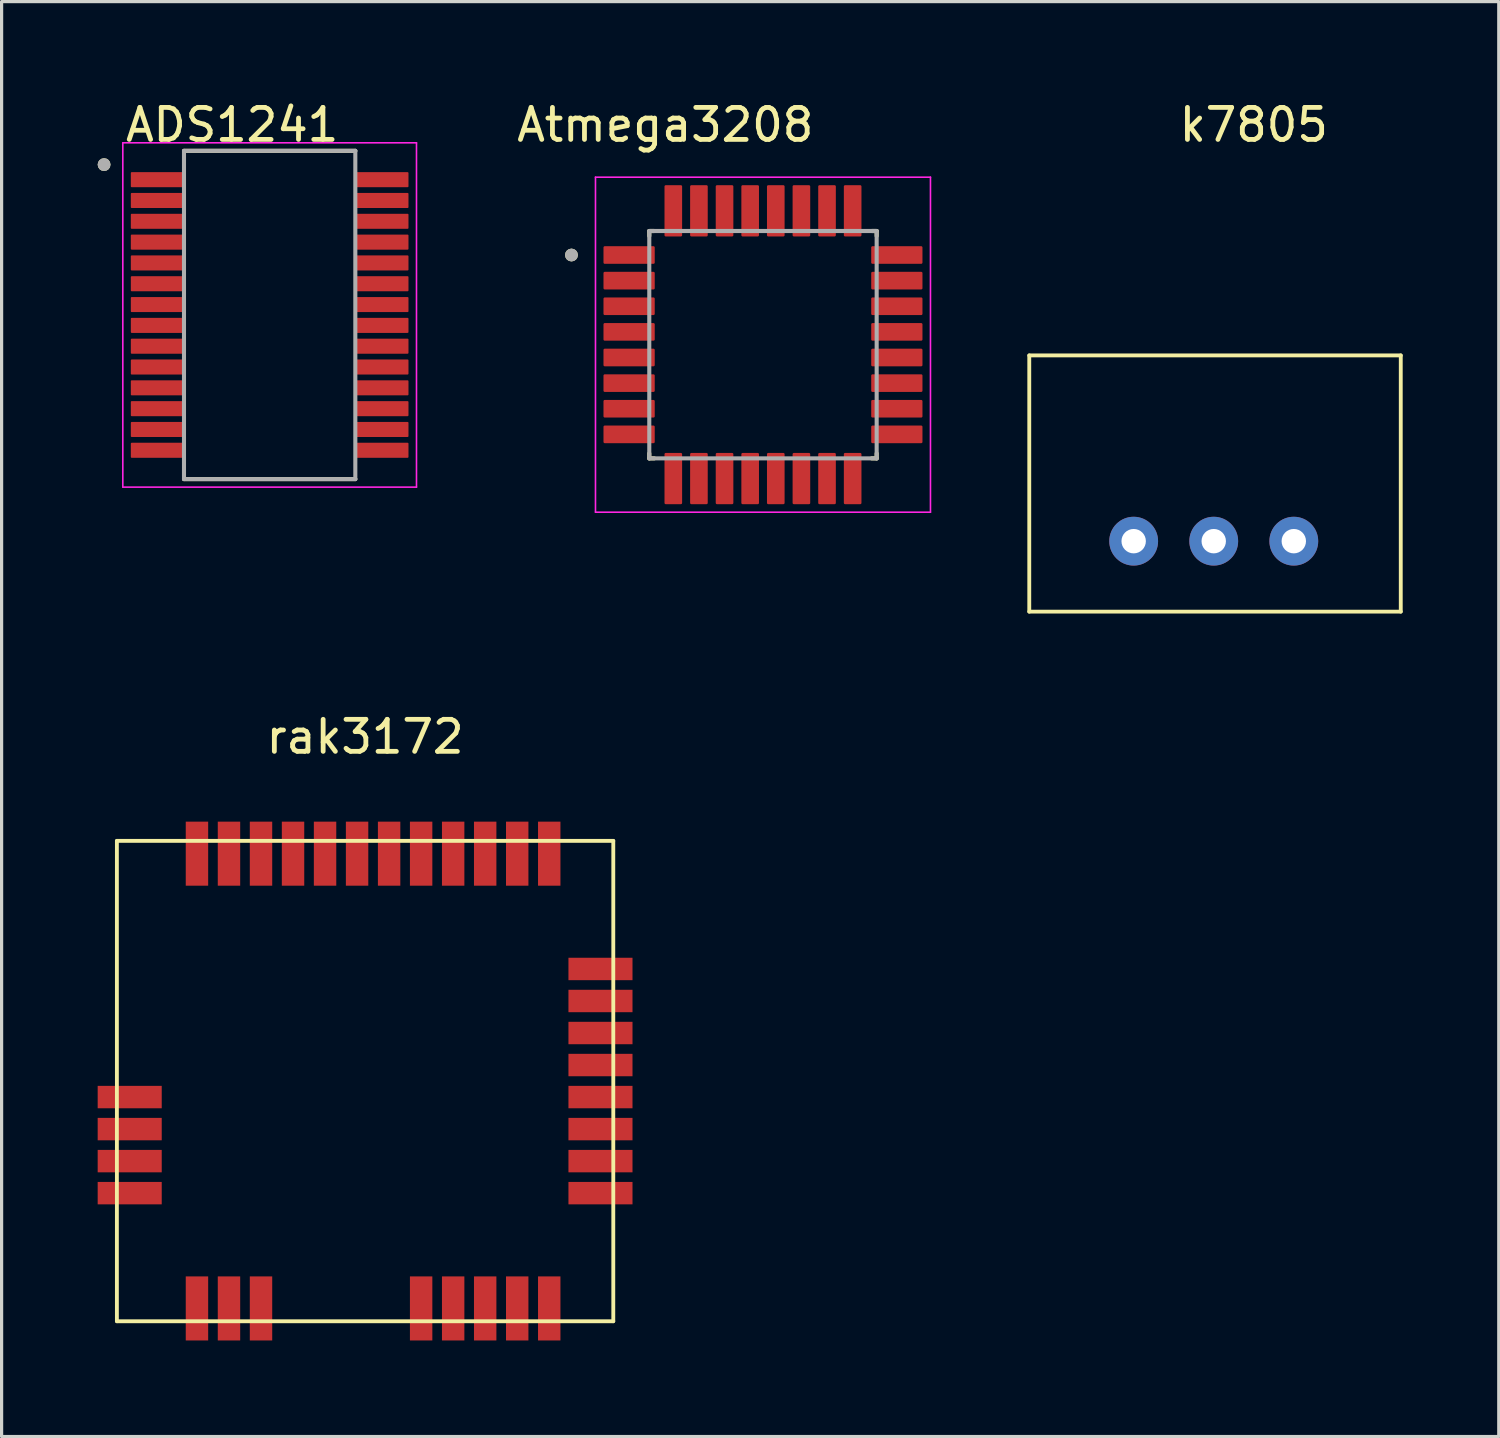
<source format=kicad_pcb>
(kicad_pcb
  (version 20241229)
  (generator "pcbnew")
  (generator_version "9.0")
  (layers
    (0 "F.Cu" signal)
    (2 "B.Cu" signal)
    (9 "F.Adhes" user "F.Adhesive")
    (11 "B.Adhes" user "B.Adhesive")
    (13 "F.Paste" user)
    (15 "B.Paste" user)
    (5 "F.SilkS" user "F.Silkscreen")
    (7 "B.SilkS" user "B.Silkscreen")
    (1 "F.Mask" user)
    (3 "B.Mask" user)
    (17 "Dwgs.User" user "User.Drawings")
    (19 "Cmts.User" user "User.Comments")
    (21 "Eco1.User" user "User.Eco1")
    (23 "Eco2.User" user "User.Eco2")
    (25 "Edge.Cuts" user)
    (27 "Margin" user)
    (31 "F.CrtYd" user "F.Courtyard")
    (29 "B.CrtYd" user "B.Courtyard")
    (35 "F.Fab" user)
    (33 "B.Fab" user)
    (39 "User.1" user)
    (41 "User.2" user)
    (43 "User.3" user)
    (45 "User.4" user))
  (footprint "k7805"
    (layer "F.Cu")
    (at 32.349 10.348)
    (property "Reference" "k7805" (at 3.75 -9.5 0) (layer "F.SilkS") (effects (font (size 1 1) (thickness 0.15))))
    (attr through_hole)
    (fp_line (start -3.26 -2.3) (end -3.26 5.7) (stroke (width 0.12) (type solid)) (layer "F.SilkS"))
    (fp_line (start -3.26 -2.3) (end 8.34 -2.3) (stroke (width 0.12) (type solid)) (layer "F.SilkS"))
    (fp_line (start -3.26 5.7) (end 8.34 5.7) (stroke (width 0.12) (type solid)) (layer "F.SilkS"))
    (fp_line (start 8.34 -2.3) (end 8.34 5.7) (stroke (width 0.12) (type solid)) (layer "F.SilkS"))
    (pad "1" thru_hole circle (at 0 3.5) (size 1.524 1.524) (drill 0.762) (layers "*.Cu" "*.Mask"))
    (pad "2" thru_hole circle (at 2.5 3.5) (size 1.524 1.524) (drill 0.762) (layers "*.Cu" "*.Mask"))
    (pad "3" thru_hole circle (at 5 3.5) (size 1.524 1.524) (drill 0.762) (layers "*.Cu" "*.Mask")))
  (footprint "rak3172"
    (layer "F.Cu")
    (at 0.6 23.206)
    (property "Reference" "rak3172" (at 7.75 -3.25 0) (layer "F.SilkS") (effects (font (size 1 1) (thickness 0.15))))
    (attr through_hole)
    (fp_line (start 0 0) (end 0 15) (stroke (width 0.12) (type solid)) (layer "F.SilkS"))
    (fp_line (start 0 0) (end 15.5 0) (stroke (width 0.12) (type solid)) (layer "F.SilkS"))
    (fp_line (start 0 15) (end 15.5 15) (stroke (width 0.12) (type solid)) (layer "F.SilkS"))
    (fp_line (start 15.5 0) (end 15.5 15) (stroke (width 0.12) (type solid)) (layer "F.SilkS"))
    (pad "1" smd rect (at 13.5 0.4) (size 0.7 2) (layers "F.Cu" "F.Mask" "F.Paste"))
    (pad "2" smd rect (at 12.5 0.4) (size 0.7 2) (layers "F.Cu" "F.Mask" "F.Paste"))
    (pad "3" smd rect (at 11.5 0.4) (size 0.7 2) (layers "F.Cu" "F.Mask" "F.Paste"))
    (pad "4" smd rect (at 10.5 0.4) (size 0.7 2) (layers "F.Cu" "F.Mask" "F.Paste"))
    (pad "5" smd rect (at 9.5 0.4) (size 0.7 2) (layers "F.Cu" "F.Mask" "F.Paste"))
    (pad "6" smd rect (at 8.5 0.4) (size 0.7 2) (layers "F.Cu" "F.Mask" "F.Paste"))
    (pad "7" smd rect (at 7.5 0.4) (size 0.7 2) (layers "F.Cu" "F.Mask" "F.Paste"))
    (pad "8" smd rect (at 6.5 0.4) (size 0.7 2) (layers "F.Cu" "F.Mask" "F.Paste"))
    (pad "9" smd rect (at 5.5 0.4) (size 0.7 2) (layers "F.Cu" "F.Mask" "F.Paste"))
    (pad "10" smd rect (at 4.5 0.4) (size 0.7 2) (layers "F.Cu" "F.Mask" "F.Paste"))
    (pad "11" smd rect (at 3.5 0.4) (size 0.7 2) (layers "F.Cu" "F.Mask" "F.Paste"))
    (pad "12" smd rect (at 2.5 0.4) (size 0.7 2) (layers "F.Cu" "F.Mask" "F.Paste"))
    (pad "13" smd rect (at 0.4 8) (size 2 0.7) (layers "F.Cu" "F.Mask" "F.Paste"))
    (pad "14" smd rect (at 0.4 9) (size 2 0.7) (layers "F.Cu" "F.Mask" "F.Paste"))
    (pad "15" smd rect (at 0.4 10) (size 2 0.7) (layers "F.Cu" "F.Mask" "F.Paste"))
    (pad "16" smd rect (at 0.4 11) (size 2 0.7) (layers "F.Cu" "F.Mask" "F.Paste"))
    (pad "17" smd rect (at 2.5 14.6) (size 0.7 2) (layers "F.Cu" "F.Mask" "F.Paste"))
    (pad "18" smd rect (at 3.5 14.6) (size 0.7 2) (layers "F.Cu" "F.Mask" "F.Paste"))
    (pad "19" smd rect (at 4.5 14.6) (size 0.7 2) (layers "F.Cu" "F.Mask" "F.Paste"))
    (pad "20" smd rect (at 9.5 14.6) (size 0.7 2) (layers "F.Cu" "F.Mask" "F.Paste"))
    (pad "21" smd rect (at 10.5 14.6) (size 0.7 2) (layers "F.Cu" "F.Mask" "F.Paste"))
    (pad "22" smd rect (at 11.5 14.6) (size 0.7 2) (layers "F.Cu" "F.Mask" "F.Paste"))
    (pad "23" smd rect (at 12.5 14.6) (size 0.7 2) (layers "F.Cu" "F.Mask" "F.Paste"))
    (pad "24" smd rect (at 13.5 14.6) (size 0.7 2) (layers "F.Cu" "F.Mask" "F.Paste"))
    (pad "25" smd rect (at 15.1 11) (size 2 0.7) (layers "F.Cu" "F.Mask" "F.Paste"))
    (pad "26" smd rect (at 15.1 10) (size 2 0.7) (layers "F.Cu" "F.Mask" "F.Paste"))
    (pad "27" smd rect (at 15.1 9) (size 2 0.7) (layers "F.Cu" "F.Mask" "F.Paste"))
    (pad "28" smd rect (at 15.1 8) (size 2 0.7) (layers "F.Cu" "F.Mask" "F.Paste"))
    (pad "29" smd rect (at 15.1 7) (size 2 0.7) (layers "F.Cu" "F.Mask" "F.Paste"))
    (pad "30" smd rect (at 15.1 6) (size 2 0.7) (layers "F.Cu" "F.Mask" "F.Paste"))
    (pad "31" smd rect (at 15.1 5) (size 2 0.7) (layers "F.Cu" "F.Mask" "F.Paste"))
    (pad "32" smd rect (at 15.1 4) (size 2 0.7) (layers "F.Cu" "F.Mask" "F.Paste")))
  (footprint "Atmega3208"
    (layer "F.Cu")
    (at 20.774 7.713)
    (property "Reference" "Atmega3208" (at -3.05 -6.865 0) (layer "F.SilkS") (effects (font (size 1 1) (thickness 0.15))))
    (attr through_hole)
    (fp_line (start -3.55 -3.55) (end -3.55 -3.395) (stroke (width 0.127) (type solid)) (layer "F.SilkS"))
    (fp_line (start -3.55 -3.55) (end -3.395 -3.55) (stroke (width 0.127) (type solid)) (layer "F.SilkS"))
    (fp_line (start -3.55 3.55) (end -3.55 3.395) (stroke (width 0.127) (type solid)) (layer "F.SilkS"))
    (fp_line (start -3.55 3.55) (end -3.395 3.55) (stroke (width 0.127) (type solid)) (layer "F.SilkS"))
    (fp_line (start 3.55 -3.55) (end 3.395 -3.55) (stroke (width 0.127) (type solid)) (layer "F.SilkS"))
    (fp_line (start 3.55 -3.55) (end 3.55 -3.395) (stroke (width 0.127) (type solid)) (layer "F.SilkS"))
    (fp_line (start 3.55 3.55) (end 3.395 3.55) (stroke (width 0.127) (type solid)) (layer "F.SilkS"))
    (fp_line (start 3.55 3.55) (end 3.55 3.395) (stroke (width 0.127) (type solid)) (layer "F.SilkS"))
    (fp_circle (center -5.98 -2.8) (end -5.88 -2.8) (stroke (width 0.2) (type solid)) (fill no) (layer "F.SilkS"))
    (fp_line (start -5.23 -5.23) (end 5.23 -5.23) (stroke (width 0.05) (type solid)) (layer "F.CrtYd"))
    (fp_line (start -5.23 5.23) (end -5.23 -5.23) (stroke (width 0.05) (type solid)) (layer "F.CrtYd"))
    (fp_line (start -5.23 5.23) (end 5.23 5.23) (stroke (width 0.05) (type solid)) (layer "F.CrtYd"))
    (fp_line (start 5.23 5.23) (end 5.23 -5.23) (stroke (width 0.05) (type solid)) (layer "F.CrtYd"))
    (fp_line (start -3.55 3.55) (end -3.55 -3.55) (stroke (width 0.127) (type solid)) (layer "F.Fab"))
    (fp_line (start 3.55 -3.55) (end -3.55 -3.55) (stroke (width 0.127) (type solid)) (layer "F.Fab"))
    (fp_line (start 3.55 3.55) (end -3.55 3.55) (stroke (width 0.127) (type solid)) (layer "F.Fab"))
    (fp_line (start 3.55 3.55) (end 3.55 -3.55) (stroke (width 0.127) (type solid)) (layer "F.Fab"))
    (fp_circle (center -5.98 -2.8) (end -5.88 -2.8) (stroke (width 0.2) (type solid)) (fill no) (layer "F.Fab"))
    (pad "1" smd roundrect (at -4.18 -2.8) (size 1.6 0.55) (layers "F.Cu" "F.Mask" "F.Paste") (roundrect_rratio 0.07))
    (pad "2" smd roundrect (at -4.18 -2) (size 1.6 0.55) (layers "F.Cu" "F.Mask" "F.Paste") (roundrect_rratio 0.07))
    (pad "3" smd roundrect (at -4.18 -1.2) (size 1.6 0.55) (layers "F.Cu" "F.Mask" "F.Paste") (roundrect_rratio 0.07))
    (pad "4" smd roundrect (at -4.18 -0.4) (size 1.6 0.55) (layers "F.Cu" "F.Mask" "F.Paste") (roundrect_rratio 0.07))
    (pad "5" smd roundrect (at -4.18 0.4) (size 1.6 0.55) (layers "F.Cu" "F.Mask" "F.Paste") (roundrect_rratio 0.07))
    (pad "6" smd roundrect (at -4.18 1.2) (size 1.6 0.55) (layers "F.Cu" "F.Mask" "F.Paste") (roundrect_rratio 0.07))
    (pad "7" smd roundrect (at -4.18 2) (size 1.6 0.55) (layers "F.Cu" "F.Mask" "F.Paste") (roundrect_rratio 0.07))
    (pad "8" smd roundrect (at -4.18 2.8) (size 1.6 0.55) (layers "F.Cu" "F.Mask" "F.Paste") (roundrect_rratio 0.07))
    (pad "9" smd roundrect (at -2.8 4.18) (size 0.55 1.6) (layers "F.Cu" "F.Mask" "F.Paste") (roundrect_rratio 0.07))
    (pad "10" smd roundrect (at -2 4.18) (size 0.55 1.6) (layers "F.Cu" "F.Mask" "F.Paste") (roundrect_rratio 0.07))
    (pad "11" smd roundrect (at -1.2 4.18) (size 0.55 1.6) (layers "F.Cu" "F.Mask" "F.Paste") (roundrect_rratio 0.07))
    (pad "12" smd roundrect (at -0.4 4.18) (size 0.55 1.6) (layers "F.Cu" "F.Mask" "F.Paste") (roundrect_rratio 0.07))
    (pad "13" smd roundrect (at 0.4 4.18) (size 0.55 1.6) (layers "F.Cu" "F.Mask" "F.Paste") (roundrect_rratio 0.07))
    (pad "14" smd roundrect (at 1.2 4.18) (size 0.55 1.6) (layers "F.Cu" "F.Mask" "F.Paste") (roundrect_rratio 0.07))
    (pad "15" smd roundrect (at 2 4.18) (size 0.55 1.6) (layers "F.Cu" "F.Mask" "F.Paste") (roundrect_rratio 0.07))
    (pad "16" smd roundrect (at 2.8 4.18) (size 0.55 1.6) (layers "F.Cu" "F.Mask" "F.Paste") (roundrect_rratio 0.07))
    (pad "17" smd roundrect (at 4.18 2.8) (size 1.6 0.55) (layers "F.Cu" "F.Mask" "F.Paste") (roundrect_rratio 0.07))
    (pad "18" smd roundrect (at 4.18 2) (size 1.6 0.55) (layers "F.Cu" "F.Mask" "F.Paste") (roundrect_rratio 0.07))
    (pad "19" smd roundrect (at 4.18 1.2) (size 1.6 0.55) (layers "F.Cu" "F.Mask" "F.Paste") (roundrect_rratio 0.07))
    (pad "20" smd roundrect (at 4.18 0.4) (size 1.6 0.55) (layers "F.Cu" "F.Mask" "F.Paste") (roundrect_rratio 0.07))
    (pad "21" smd roundrect (at 4.18 -0.4) (size 1.6 0.55) (layers "F.Cu" "F.Mask" "F.Paste") (roundrect_rratio 0.07))
    (pad "22" smd roundrect (at 4.18 -1.2) (size 1.6 0.55) (layers "F.Cu" "F.Mask" "F.Paste") (roundrect_rratio 0.07))
    (pad "23" smd roundrect (at 4.18 -2) (size 1.6 0.55) (layers "F.Cu" "F.Mask" "F.Paste") (roundrect_rratio 0.07))
    (pad "24" smd roundrect (at 4.18 -2.8) (size 1.6 0.55) (layers "F.Cu" "F.Mask" "F.Paste") (roundrect_rratio 0.07))
    (pad "25" smd roundrect (at 2.8 -4.18) (size 0.55 1.6) (layers "F.Cu" "F.Mask" "F.Paste") (roundrect_rratio 0.07))
    (pad "26" smd roundrect (at 2 -4.18) (size 0.55 1.6) (layers "F.Cu" "F.Mask" "F.Paste") (roundrect_rratio 0.07))
    (pad "27" smd roundrect (at 1.2 -4.18) (size 0.55 1.6) (layers "F.Cu" "F.Mask" "F.Paste") (roundrect_rratio 0.07))
    (pad "28" smd roundrect (at 0.4 -4.18) (size 0.55 1.6) (layers "F.Cu" "F.Mask" "F.Paste") (roundrect_rratio 0.07))
    (pad "29" smd roundrect (at -0.4 -4.18) (size 0.55 1.6) (layers "F.Cu" "F.Mask" "F.Paste") (roundrect_rratio 0.07))
    (pad "30" smd roundrect (at -1.2 -4.18) (size 0.55 1.6) (layers "F.Cu" "F.Mask" "F.Paste") (roundrect_rratio 0.07))
    (pad "31" smd roundrect (at -2 -4.18) (size 0.55 1.6) (layers "F.Cu" "F.Mask" "F.Paste") (roundrect_rratio 0.07))
    (pad "32" smd roundrect (at -2.8 -4.18) (size 0.55 1.6) (layers "F.Cu" "F.Mask" "F.Paste") (roundrect_rratio 0.07)))
  (footprint "ADS1241"
    (layer "F.Cu")
    (at 5.37 6.785)
    (property "Reference" "ADS1241" (at -1.17 -5.937 0) (layer "F.SilkS") (effects (font (size 1 1) (thickness 0.15))))
    (attr through_hole)
    (fp_line (start -2.675 -5.125) (end 2.675 -5.125) (stroke (width 0.127) (type solid)) (layer "F.SilkS"))
    (fp_line (start -2.675 5.125) (end 2.675 5.125) (stroke (width 0.127) (type solid)) (layer "F.SilkS"))
    (fp_circle (center -5.17 -4.695) (end -5.07 -4.695) (stroke (width 0.2) (type solid)) (fill no) (layer "F.SilkS"))
    (fp_line (start -4.585 -5.375) (end -4.585 5.375) (stroke (width 0.05) (type solid)) (layer "F.CrtYd"))
    (fp_line (start -4.585 -5.375) (end 4.585 -5.375) (stroke (width 0.05) (type solid)) (layer "F.CrtYd"))
    (fp_line (start -4.585 5.375) (end 4.585 5.375) (stroke (width 0.05) (type solid)) (layer "F.CrtYd"))
    (fp_line (start 4.585 -5.375) (end 4.585 5.375) (stroke (width 0.05) (type solid)) (layer "F.CrtYd"))
    (fp_line (start -2.675 -5.125) (end -2.675 5.125) (stroke (width 0.127) (type solid)) (layer "F.Fab"))
    (fp_line (start -2.675 -5.125) (end 2.675 -5.125) (stroke (width 0.127) (type solid)) (layer "F.Fab"))
    (fp_line (start -2.675 5.125) (end 2.675 5.125) (stroke (width 0.127) (type solid)) (layer "F.Fab"))
    (fp_line (start 2.675 -5.125) (end 2.675 5.125) (stroke (width 0.127) (type solid)) (layer "F.Fab"))
    (fp_circle (center -5.17 -4.695) (end -5.07 -4.695) (stroke (width 0.2) (type solid)) (fill no) (layer "F.Fab"))
    (pad "1" smd roundrect (at -3.5 -4.225) (size 1.67 0.47) (layers "F.Cu" "F.Mask" "F.Paste") (roundrect_rratio 0.06))
    (pad "2" smd roundrect (at -3.5 -3.575) (size 1.67 0.47) (layers "F.Cu" "F.Mask" "F.Paste") (roundrect_rratio 0.06))
    (pad "3" smd roundrect (at -3.5 -2.925) (size 1.67 0.47) (layers "F.Cu" "F.Mask" "F.Paste") (roundrect_rratio 0.06))
    (pad "4" smd roundrect (at -3.5 -2.275) (size 1.67 0.47) (layers "F.Cu" "F.Mask" "F.Paste") (roundrect_rratio 0.06))
    (pad "5" smd roundrect (at -3.5 -1.625) (size 1.67 0.47) (layers "F.Cu" "F.Mask" "F.Paste") (roundrect_rratio 0.06))
    (pad "6" smd roundrect (at -3.5 -0.975) (size 1.67 0.47) (layers "F.Cu" "F.Mask" "F.Paste") (roundrect_rratio 0.06))
    (pad "7" smd roundrect (at -3.5 -0.325) (size 1.67 0.47) (layers "F.Cu" "F.Mask" "F.Paste") (roundrect_rratio 0.06))
    (pad "8" smd roundrect (at -3.5 0.325) (size 1.67 0.47) (layers "F.Cu" "F.Mask" "F.Paste") (roundrect_rratio 0.06))
    (pad "9" smd roundrect (at -3.5 0.975) (size 1.67 0.47) (layers "F.Cu" "F.Mask" "F.Paste") (roundrect_rratio 0.06))
    (pad "10" smd roundrect (at -3.5 1.625) (size 1.67 0.47) (layers "F.Cu" "F.Mask" "F.Paste") (roundrect_rratio 0.06))
    (pad "11" smd roundrect (at -3.5 2.275) (size 1.67 0.47) (layers "F.Cu" "F.Mask" "F.Paste") (roundrect_rratio 0.06))
    (pad "12" smd roundrect (at -3.5 2.925) (size 1.67 0.47) (layers "F.Cu" "F.Mask" "F.Paste") (roundrect_rratio 0.06))
    (pad "13" smd roundrect (at -3.5 3.575) (size 1.67 0.47) (layers "F.Cu" "F.Mask" "F.Paste") (roundrect_rratio 0.06))
    (pad "14" smd roundrect (at -3.5 4.225) (size 1.67 0.47) (layers "F.Cu" "F.Mask" "F.Paste") (roundrect_rratio 0.06))
    (pad "15" smd roundrect (at 3.5 4.225) (size 1.67 0.47) (layers "F.Cu" "F.Mask" "F.Paste") (roundrect_rratio 0.06))
    (pad "16" smd roundrect (at 3.5 3.575) (size 1.67 0.47) (layers "F.Cu" "F.Mask" "F.Paste") (roundrect_rratio 0.06))
    (pad "17" smd roundrect (at 3.5 2.925) (size 1.67 0.47) (layers "F.Cu" "F.Mask" "F.Paste") (roundrect_rratio 0.06))
    (pad "18" smd roundrect (at 3.5 2.275) (size 1.67 0.47) (layers "F.Cu" "F.Mask" "F.Paste") (roundrect_rratio 0.06))
    (pad "19" smd roundrect (at 3.5 1.625) (size 1.67 0.47) (layers "F.Cu" "F.Mask" "F.Paste") (roundrect_rratio 0.06))
    (pad "20" smd roundrect (at 3.5 0.975) (size 1.67 0.47) (layers "F.Cu" "F.Mask" "F.Paste") (roundrect_rratio 0.06))
    (pad "21" smd roundrect (at 3.5 0.325) (size 1.67 0.47) (layers "F.Cu" "F.Mask" "F.Paste") (roundrect_rratio 0.06))
    (pad "22" smd roundrect (at 3.5 -0.325) (size 1.67 0.47) (layers "F.Cu" "F.Mask" "F.Paste") (roundrect_rratio 0.06))
    (pad "23" smd roundrect (at 3.5 -0.975) (size 1.67 0.47) (layers "F.Cu" "F.Mask" "F.Paste") (roundrect_rratio 0.06))
    (pad "24" smd roundrect (at 3.5 -1.625) (size 1.67 0.47) (layers "F.Cu" "F.Mask" "F.Paste") (roundrect_rratio 0.06))
    (pad "25" smd roundrect (at 3.5 -2.275) (size 1.67 0.47) (layers "F.Cu" "F.Mask" "F.Paste") (roundrect_rratio 0.06))
    (pad "26" smd roundrect (at 3.5 -2.925) (size 1.67 0.47) (layers "F.Cu" "F.Mask" "F.Paste") (roundrect_rratio 0.06))
    (pad "27" smd roundrect (at 3.5 -3.575) (size 1.67 0.47) (layers "F.Cu" "F.Mask" "F.Paste") (roundrect_rratio 0.06))
    (pad "28" smd roundrect (at 3.5 -4.225) (size 1.67 0.47) (layers "F.Cu" "F.Mask" "F.Paste") (roundrect_rratio 0.06)))
  (gr_rect
    (start -3 -3)
    (end 43.749 41.806)
    (stroke (width 0.1) (type default))
    (fill no)
    (layer "Edge.Cuts")))
</source>
